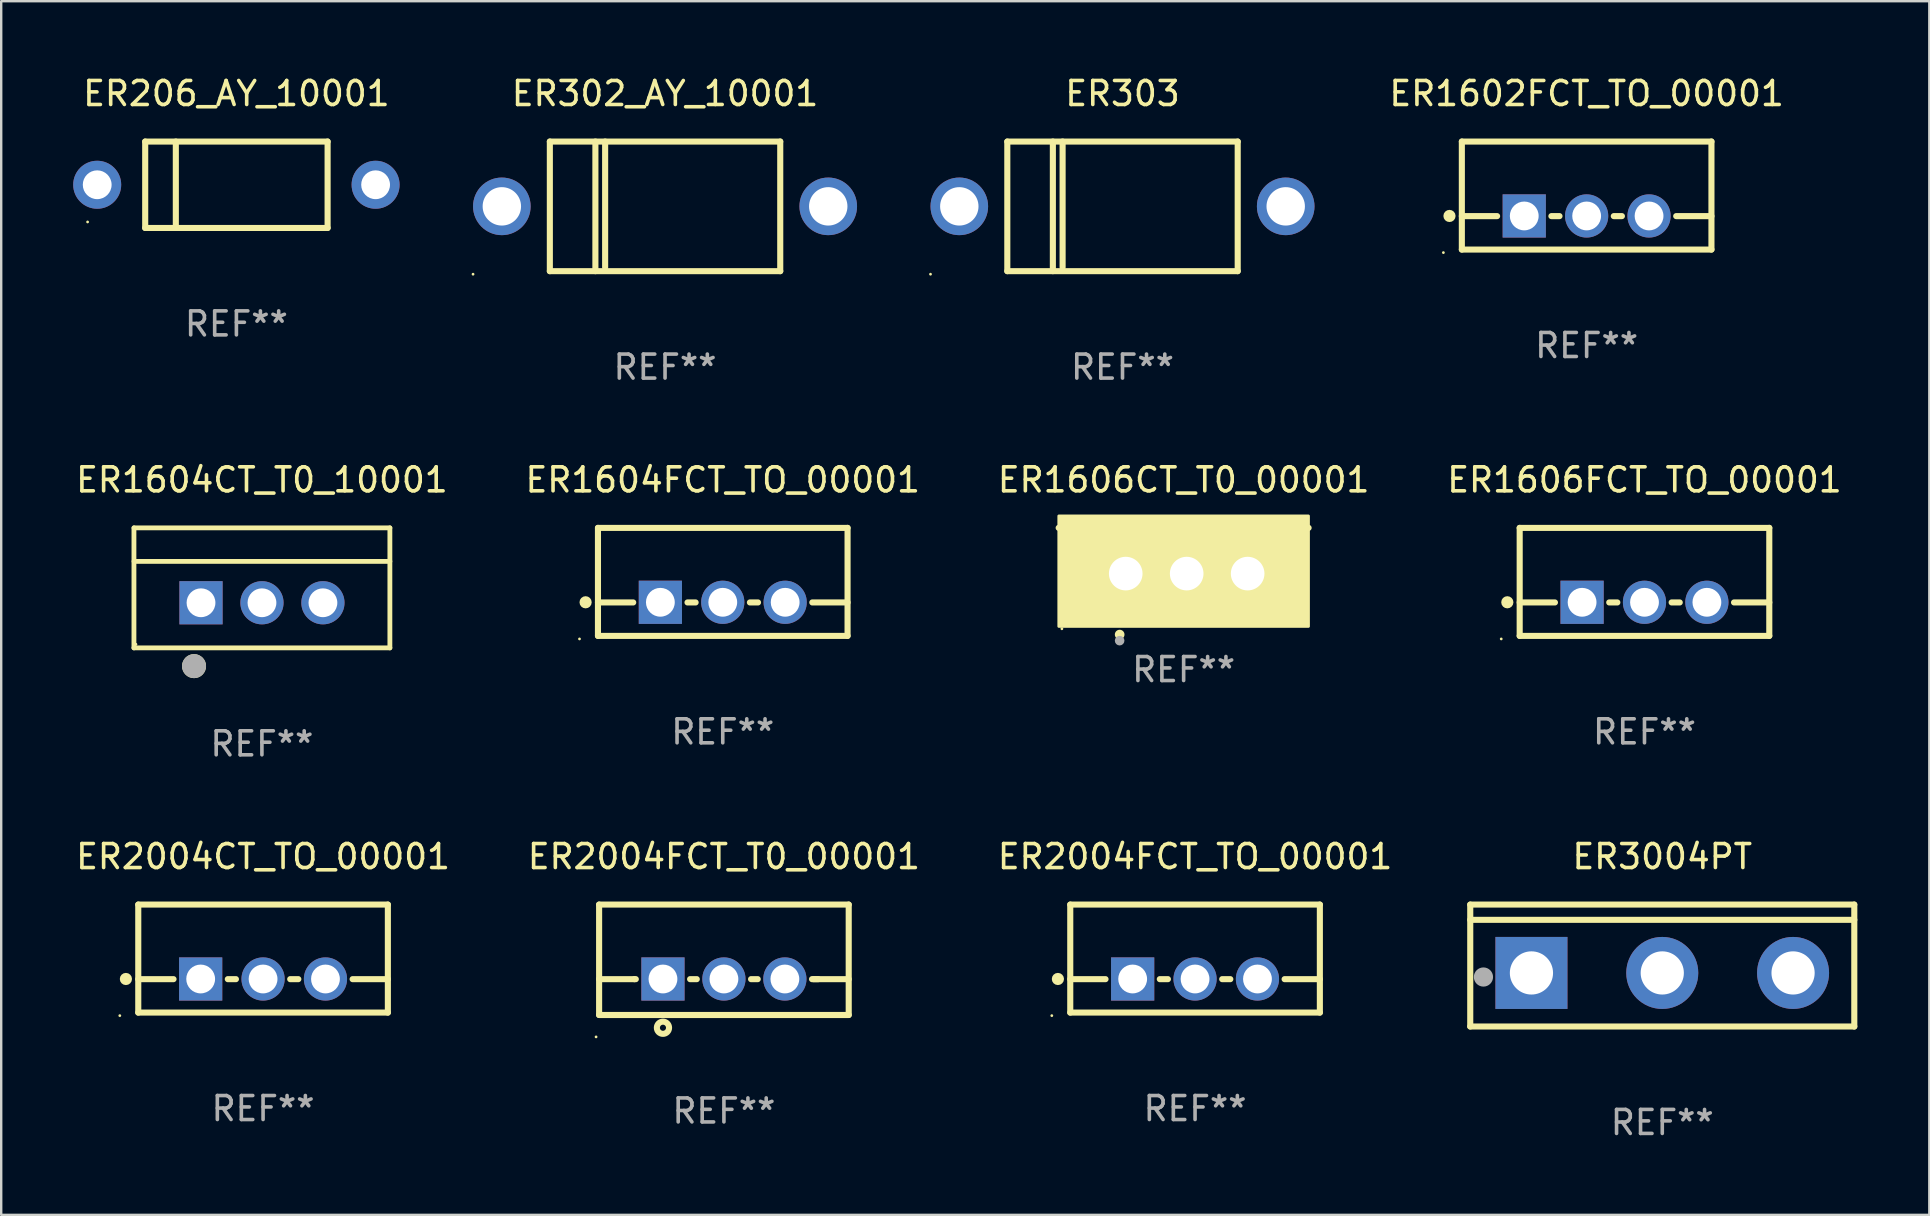
<source format=kicad_pcb>
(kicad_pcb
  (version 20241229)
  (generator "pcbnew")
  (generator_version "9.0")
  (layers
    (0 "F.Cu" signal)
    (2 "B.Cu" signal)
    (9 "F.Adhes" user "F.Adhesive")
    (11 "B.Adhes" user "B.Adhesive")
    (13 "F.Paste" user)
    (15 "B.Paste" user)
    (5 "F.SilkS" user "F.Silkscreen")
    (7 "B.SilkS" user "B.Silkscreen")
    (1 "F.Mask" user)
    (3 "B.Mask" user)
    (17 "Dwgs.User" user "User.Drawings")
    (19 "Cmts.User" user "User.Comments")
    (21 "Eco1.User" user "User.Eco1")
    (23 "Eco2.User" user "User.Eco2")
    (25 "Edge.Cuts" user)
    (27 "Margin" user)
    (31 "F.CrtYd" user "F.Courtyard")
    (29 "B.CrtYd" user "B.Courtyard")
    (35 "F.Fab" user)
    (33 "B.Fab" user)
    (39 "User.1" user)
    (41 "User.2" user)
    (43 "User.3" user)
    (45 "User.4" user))
  (footprint "ER302_AY_10001"
    (layer "F.Cu")
    (at 24.66 5.548)
    (property "Reference" "ER302_AY_10001" (at 0 -4.7 0) (layer "F.SilkS") (effects (font (size 1 1) (thickness 0.15))))
    (attr through_hole)
    (fp_line (start -4.8 -2.7) (end -4.8 2.7) (stroke (width 0.254) (type solid)) (layer "F.SilkS"))
    (fp_line (start -4.8 -2.7) (end 4.8 -2.7) (stroke (width 0.254) (type solid)) (layer "F.SilkS"))
    (fp_line (start -2.902 -2.7) (end -2.902 2.7) (stroke (width 0.254) (type solid)) (layer "F.SilkS"))
    (fp_line (start -2.496 -2.7) (end -2.496 2.54) (stroke (width 0.254) (type solid)) (layer "F.SilkS"))
    (fp_line (start 4.8 -2.7) (end 4.8 2.7) (stroke (width 0.254) (type solid)) (layer "F.SilkS"))
    (fp_line (start 4.8 2.7) (end -4.8 2.7) (stroke (width 0.254) (type solid)) (layer "F.SilkS"))
    (fp_circle (center -8 2.827) (end -7.97 2.827) (stroke (width 0.06) (type solid)) (fill no) (layer "F.SilkS"))
    (fp_text user "REF**" (at 0 6.7 0) (layer "F.Fab") (effects (font (size 1 1) (thickness 0.15))))
    (pad "1" thru_hole circle (at -6.8 0) (size 2.4 2.4) (drill 1.6) (layers "*.Cu" "*.Mask"))
    (pad "2" thru_hole circle (at 6.8 0) (size 2.4 2.4) (drill 1.6) (layers "*.Cu" "*.Mask")))
  (footprint "ER1604CT_T0_10001"
    (layer "F.Cu")
    (at 7.863 21.445)
    (property "Reference" "ER1604CT_T0_10001" (at 0 -4.5 0) (layer "F.SilkS") (effects (font (size 1 1) (thickness 0.15))))
    (attr through_hole)
    (fp_line (start -5.332 2.5) (end -5.332 -2.5) (stroke (width 0.201) (type solid)) (layer "F.SilkS"))
    (fp_line (start -5.328 -2.5) (end 5.332 -2.5) (stroke (width 0.201) (type solid)) (layer "F.SilkS"))
    (fp_line (start -5.328 -1.104) (end 5.332 -1.104) (stroke (width 0.201) (type solid)) (layer "F.SilkS"))
    (fp_line (start 5.332 -2.5) (end 5.332 2.5) (stroke (width 0.201) (type solid)) (layer "F.SilkS"))
    (fp_line (start 5.332 2.5) (end -5.332 2.5) (stroke (width 0.201) (type solid)) (layer "F.SilkS"))
    (fp_circle (center -5.248 2.35) (end -5.218 2.35) (stroke (width 0.06) (type solid)) (fill no) (layer "F.SilkS"))
    (fp_circle (center -2.828 3.26) (end -2.578 3.26) (stroke (width 0.5) (type solid)) (fill no) (layer "F.SilkS"))
    (fp_circle (center -2.828 3.26) (end -2.578 3.26) (stroke (width 0.5) (type solid)) (fill no) (layer "F.Fab"))
    (fp_text user "REF**" (at 0 6.5 0) (layer "F.Fab") (effects (font (size 1 1) (thickness 0.15))))
    (pad "1" thru_hole rect (at -2.538 0.62) (size 1.8 1.8) (drill 1.2) (layers "*.Cu" "*.Mask"))
    (pad "2" thru_hole circle (at 0.002 0.62) (size 1.8 1.8) (drill 1.2) (layers "*.Cu" "*.Mask"))
    (pad "3" thru_hole circle (at 2.542 0.62) (size 1.8 1.8) (drill 1.2) (layers "*.Cu" "*.Mask")))
  (footprint "ER2004CT_TO_00001"
    (layer "F.Cu")
    (at 7.911 36.891)
    (property "Reference" "ER2004CT_TO_00001" (at 0 -4.25 0) (layer "F.SilkS") (effects (font (size 1 1) (thickness 0.15))))
    (attr through_hole)
    (fp_line (start -5.2 -2.25) (end -5.2 2.25) (stroke (width 0.254) (type solid)) (layer "F.SilkS"))
    (fp_line (start -5.2 -2.25) (end 5.2 -2.25) (stroke (width 0.254) (type solid)) (layer "F.SilkS"))
    (fp_line (start -5.2 0.857) (end -3.731 0.857) (stroke (width 0.254) (type solid)) (layer "F.SilkS"))
    (fp_line (start -5.2 2.25) (end 5.2 2.25) (stroke (width 0.254) (type solid)) (layer "F.SilkS"))
    (fp_line (start -1.469 0.857) (end -1.131 0.857) (stroke (width 0.254) (type solid)) (layer "F.SilkS"))
    (fp_line (start 1.131 0.857) (end 1.469 0.857) (stroke (width 0.254) (type solid)) (layer "F.SilkS"))
    (fp_line (start 3.731 0.857) (end 5.2 0.857) (stroke (width 0.254) (type solid)) (layer "F.SilkS"))
    (fp_line (start 5.2 -2.25) (end 5.2 2.25) (stroke (width 0.254) (type solid)) (layer "F.SilkS"))
    (fp_circle (center -5.969 2.377) (end -5.939 2.377) (stroke (width 0.06) (type solid)) (fill no) (layer "F.SilkS"))
    (fp_circle (center -5.715 0.85) (end -5.588 0.85) (stroke (width 0.254) (type solid)) (fill no) (layer "F.SilkS"))
    (fp_text user "REF**" (at 0 6.25 0) (layer "F.Fab") (effects (font (size 1 1) (thickness 0.15))))
    (pad "1" thru_hole rect (at -2.6 0.85) (size 1.8 1.8) (drill 1.2) (layers "*.Cu" "*.Mask"))
    (pad "2" thru_hole circle (at 0 0.85) (size 1.8 1.8) (drill 1.2) (layers "*.Cu" "*.Mask"))
    (pad "3" thru_hole circle (at 2.6 0.85) (size 1.8 1.8) (drill 1.2) (layers "*.Cu" "*.Mask")))
  (footprint "ER2004FCT_TO_00001"
    (layer "F.Cu")
    (at 46.744 36.891)
    (property "Reference" "ER2004FCT_TO_00001" (at 0 -4.25 0) (layer "F.SilkS") (effects (font (size 1 1) (thickness 0.15))))
    (attr through_hole)
    (fp_line (start -5.2 -2.25) (end -5.2 2.25) (stroke (width 0.254) (type solid)) (layer "F.SilkS"))
    (fp_line (start -5.2 -2.25) (end 5.2 -2.25) (stroke (width 0.254) (type solid)) (layer "F.SilkS"))
    (fp_line (start -5.2 0.857) (end -3.731 0.857) (stroke (width 0.254) (type solid)) (layer "F.SilkS"))
    (fp_line (start -5.2 2.25) (end 5.2 2.25) (stroke (width 0.254) (type solid)) (layer "F.SilkS"))
    (fp_line (start -1.469 0.857) (end -1.131 0.857) (stroke (width 0.254) (type solid)) (layer "F.SilkS"))
    (fp_line (start 1.131 0.857) (end 1.469 0.857) (stroke (width 0.254) (type solid)) (layer "F.SilkS"))
    (fp_line (start 3.731 0.857) (end 5.2 0.857) (stroke (width 0.254) (type solid)) (layer "F.SilkS"))
    (fp_line (start 5.2 -2.25) (end 5.2 2.25) (stroke (width 0.254) (type solid)) (layer "F.SilkS"))
    (fp_circle (center -5.969 2.377) (end -5.939 2.377) (stroke (width 0.06) (type solid)) (fill no) (layer "F.SilkS"))
    (fp_circle (center -5.715 0.85) (end -5.588 0.85) (stroke (width 0.254) (type solid)) (fill no) (layer "F.SilkS"))
    (fp_text user "REF**" (at 0 6.25 0) (layer "F.Fab") (effects (font (size 1 1) (thickness 0.15))))
    (pad "1" thru_hole rect (at -2.6 0.85) (size 1.8 1.8) (drill 1.2) (layers "*.Cu" "*.Mask"))
    (pad "2" thru_hole circle (at 0 0.85) (size 1.8 1.8) (drill 1.2) (layers "*.Cu" "*.Mask"))
    (pad "3" thru_hole circle (at 2.6 0.85) (size 1.8 1.8) (drill 1.2) (layers "*.Cu" "*.Mask")))
  (footprint "ER1606FCT_TO_00001"
    (layer "F.Cu")
    (at 65.47 21.195)
    (property "Reference" "ER1606FCT_TO_00001" (at 0 -4.25 0) (layer "F.SilkS") (effects (font (size 1 1) (thickness 0.15))))
    (attr through_hole)
    (fp_line (start -5.2 -2.25) (end -5.2 2.25) (stroke (width 0.254) (type solid)) (layer "F.SilkS"))
    (fp_line (start -5.2 -2.25) (end 5.2 -2.25) (stroke (width 0.254) (type solid)) (layer "F.SilkS"))
    (fp_line (start -5.2 0.857) (end -3.731 0.857) (stroke (width 0.254) (type solid)) (layer "F.SilkS"))
    (fp_line (start -5.2 2.25) (end 5.2 2.25) (stroke (width 0.254) (type solid)) (layer "F.SilkS"))
    (fp_line (start -1.469 0.857) (end -1.131 0.857) (stroke (width 0.254) (type solid)) (layer "F.SilkS"))
    (fp_line (start 1.131 0.857) (end 1.469 0.857) (stroke (width 0.254) (type solid)) (layer "F.SilkS"))
    (fp_line (start 3.731 0.857) (end 5.2 0.857) (stroke (width 0.254) (type solid)) (layer "F.SilkS"))
    (fp_line (start 5.2 -2.25) (end 5.2 2.25) (stroke (width 0.254) (type solid)) (layer "F.SilkS"))
    (fp_circle (center -5.969 2.377) (end -5.939 2.377) (stroke (width 0.06) (type solid)) (fill no) (layer "F.SilkS"))
    (fp_circle (center -5.715 0.85) (end -5.588 0.85) (stroke (width 0.254) (type solid)) (fill no) (layer "F.SilkS"))
    (fp_text user "REF**" (at 0 6.25 0) (layer "F.Fab") (effects (font (size 1 1) (thickness 0.15))))
    (pad "1" thru_hole rect (at -2.6 0.85) (size 1.8 1.8) (drill 1.2) (layers "*.Cu" "*.Mask"))
    (pad "2" thru_hole circle (at 0 0.85) (size 1.8 1.8) (drill 1.2) (layers "*.Cu" "*.Mask"))
    (pad "3" thru_hole circle (at 2.6 0.85) (size 1.8 1.8) (drill 1.2) (layers "*.Cu" "*.Mask")))
  (footprint "ER303"
    (layer "F.Cu")
    (at 43.721 5.548)
    (property "Reference" "ER303" (at 0 -4.7 0) (layer "F.SilkS") (effects (font (size 1 1) (thickness 0.15))))
    (attr through_hole)
    (fp_line (start -4.8 -2.7) (end -4.8 2.7) (stroke (width 0.254) (type solid)) (layer "F.SilkS"))
    (fp_line (start -4.8 -2.7) (end 4.8 -2.7) (stroke (width 0.254) (type solid)) (layer "F.SilkS"))
    (fp_line (start -2.902 -2.7) (end -2.902 2.7) (stroke (width 0.254) (type solid)) (layer "F.SilkS"))
    (fp_line (start -2.496 -2.7) (end -2.496 2.54) (stroke (width 0.254) (type solid)) (layer "F.SilkS"))
    (fp_line (start 4.8 -2.7) (end 4.8 2.7) (stroke (width 0.254) (type solid)) (layer "F.SilkS"))
    (fp_line (start 4.8 2.7) (end -4.8 2.7) (stroke (width 0.254) (type solid)) (layer "F.SilkS"))
    (fp_circle (center -8 2.827) (end -7.97 2.827) (stroke (width 0.06) (type solid)) (fill no) (layer "F.SilkS"))
    (fp_text user "REF**" (at 0 6.7 0) (layer "F.Fab") (effects (font (size 1 1) (thickness 0.15))))
    (pad "1" thru_hole circle (at -6.8 0) (size 2.4 2.4) (drill 1.6) (layers "*.Cu" "*.Mask"))
    (pad "2" thru_hole circle (at 6.8 0) (size 2.4 2.4) (drill 1.6) (layers "*.Cu" "*.Mask")))
  (footprint "ER1606CT_T0_00001"
    (layer "F.Cu")
    (at 46.268 19.897)
    (property "Reference" "ER1606CT_T0_00001" (at 0 -2.953 0) (layer "F.SilkS") (effects (font (size 1 1) (thickness 0.15))))
    (attr through_hole)
    (fp_line (start 5.207 -0.953) (end -5.207 -0.953) (stroke (width 0.254) (type solid)) (layer "F.SilkS"))
    (fp_arc (start -2.66698 3.49252) (mid -2.66571 3.492516) (end -2.66444 3.49252) (stroke (width 0.4) (type solid)) (layer "F.SilkS"))
    (fp_circle (center -5.073 3.252) (end -5.043 3.252) (stroke (width 0.06) (type solid)) (fill no) (layer "F.SilkS"))
    (fp_poly (pts (xy -5.2 -1.448) (xy 5.2 -1.448) (xy 5.2 3.152) (xy -5.2 3.152)) (stroke (width 0.12) (type solid)) (fill yes) (layer "F.SilkS"))
    (fp_circle (center -2.667 3.747) (end -2.567 3.747) (stroke (width 0.2) (type solid)) (fill no) (layer "F.Fab"))
    (fp_text user "REF**" (at 0 4.953 0) (layer "F.Fab") (effects (font (size 1 1) (thickness 0.15))))
    (pad "1" thru_hole rect (at -2.413 0.953) (size 2 2.5) (drill 1.4) (layers "*.Cu" "*.Mask"))
    (pad "2" thru_hole oval (at 0.127 0.953) (size 2 2.5) (drill 1.4) (layers "*.Cu" "*.Mask"))
    (pad "3" thru_hole oval (at 2.667 0.953) (size 2 2.5) (drill 1.4) (layers "*.Cu" "*.Mask")))
  (footprint "ER1602FCT_TO_00001"
    (layer "F.Cu")
    (at 63.06 5.098)
    (property "Reference" "ER1602FCT_TO_00001" (at 0 -4.25 0) (layer "F.SilkS") (effects (font (size 1 1) (thickness 0.15))))
    (attr through_hole)
    (fp_line (start -5.2 -2.25) (end -5.2 2.25) (stroke (width 0.254) (type solid)) (layer "F.SilkS"))
    (fp_line (start -5.2 -2.25) (end 5.2 -2.25) (stroke (width 0.254) (type solid)) (layer "F.SilkS"))
    (fp_line (start -5.2 0.857) (end -3.731 0.857) (stroke (width 0.254) (type solid)) (layer "F.SilkS"))
    (fp_line (start -5.2 2.25) (end 5.2 2.25) (stroke (width 0.254) (type solid)) (layer "F.SilkS"))
    (fp_line (start -1.469 0.857) (end -1.131 0.857) (stroke (width 0.254) (type solid)) (layer "F.SilkS"))
    (fp_line (start 1.131 0.857) (end 1.469 0.857) (stroke (width 0.254) (type solid)) (layer "F.SilkS"))
    (fp_line (start 3.731 0.857) (end 5.2 0.857) (stroke (width 0.254) (type solid)) (layer "F.SilkS"))
    (fp_line (start 5.2 -2.25) (end 5.2 2.25) (stroke (width 0.254) (type solid)) (layer "F.SilkS"))
    (fp_circle (center -5.969 2.377) (end -5.939 2.377) (stroke (width 0.06) (type solid)) (fill no) (layer "F.SilkS"))
    (fp_circle (center -5.715 0.85) (end -5.588 0.85) (stroke (width 0.254) (type solid)) (fill no) (layer "F.SilkS"))
    (fp_text user "REF**" (at 0 6.25 0) (layer "F.Fab") (effects (font (size 1 1) (thickness 0.15))))
    (pad "1" thru_hole rect (at -2.6 0.85) (size 1.8 1.8) (drill 1.2) (layers "*.Cu" "*.Mask"))
    (pad "2" thru_hole circle (at 0 0.85) (size 1.8 1.8) (drill 1.2) (layers "*.Cu" "*.Mask"))
    (pad "3" thru_hole circle (at 2.6 0.85) (size 1.8 1.8) (drill 1.2) (layers "*.Cu" "*.Mask")))
  (footprint "ER2004FCT_T0_00001"
    (layer "F.Cu")
    (at 27.113 36.941)
    (property "Reference" "ER2004FCT_T0_00001" (at 0 -4.3 0) (layer "F.SilkS") (effects (font (size 1 1) (thickness 0.15))))
    (attr through_hole)
    (fp_line (start -5.2 -2.3) (end -5.2 2.3) (stroke (width 0.254) (type solid)) (layer "F.SilkS"))
    (fp_line (start -5.2 -2.3) (end 5.2 -2.3) (stroke (width 0.254) (type solid)) (layer "F.SilkS"))
    (fp_line (start -5.2 0.807) (end -3.731 0.807) (stroke (width 0.254) (type solid)) (layer "F.SilkS"))
    (fp_line (start -5.2 2.3) (end 5.2 2.3) (stroke (width 0.254) (type solid)) (layer "F.SilkS"))
    (fp_line (start -3.731 0.807) (end -3.671 0.807) (stroke (width 0.254) (type solid)) (layer "F.SilkS"))
    (fp_line (start -1.409 0.807) (end -1.131 0.807) (stroke (width 0.254) (type solid)) (layer "F.SilkS"))
    (fp_line (start 1.131 0.807) (end 1.409 0.807) (stroke (width 0.254) (type solid)) (layer "F.SilkS"))
    (fp_line (start 3.671 0.807) (end 3.926 0.807) (stroke (width 0.254) (type solid)) (layer "F.SilkS"))
    (fp_line (start 3.731 0.807) (end 5.2 0.807) (stroke (width 0.254) (type solid)) (layer "F.SilkS"))
    (fp_line (start 5.2 -2.3) (end 5.2 2.3) (stroke (width 0.254) (type solid)) (layer "F.SilkS"))
    (fp_circle (center -5.327 3.213) (end -5.297 3.213) (stroke (width 0.06) (type solid)) (fill no) (layer "F.SilkS"))
    (fp_circle (center -2.54 2.832) (end -2.286 2.832) (stroke (width 0.254) (type solid)) (fill no) (layer "F.SilkS"))
    (fp_text user "REF**" (at 0 6.3 0) (layer "F.Fab") (effects (font (size 1 1) (thickness 0.15))))
    (pad "1" thru_hole rect (at -2.54 0.8) (size 1.8 1.8) (drill 1.2) (layers "*.Cu" "*.Mask"))
    (pad "2" thru_hole circle (at 0 0.8) (size 1.8 1.8) (drill 1.2) (layers "*.Cu" "*.Mask"))
    (pad "3" thru_hole circle (at 2.54 0.8) (size 1.8 1.8) (drill 1.2) (layers "*.Cu" "*.Mask")))
  (footprint "ER206_AY_10001"
    (layer "F.Cu")
    (at 6.8 4.648)
    (property "Reference" "ER206_AY_10001" (at 0 -3.8 0) (layer "F.SilkS") (effects (font (size 1 1) (thickness 0.15))))
    (attr through_hole)
    (fp_line (start -3.8 -1.8) (end -3.8 1.8) (stroke (width 0.254) (type solid)) (layer "F.SilkS"))
    (fp_line (start -3.8 -1.8) (end 3.8 -1.8) (stroke (width 0.254) (type solid)) (layer "F.SilkS"))
    (fp_line (start -3.8 1.8) (end 3.8 1.8) (stroke (width 0.254) (type solid)) (layer "F.SilkS"))
    (fp_line (start -2.524 -1.8) (end -2.524 1.8) (stroke (width 0.254) (type solid)) (layer "F.SilkS"))
    (fp_line (start 3.8 -1.8) (end 3.8 1.8) (stroke (width 0.254) (type solid)) (layer "F.SilkS"))
    (fp_circle (center -6.2 1.55) (end -6.17 1.55) (stroke (width 0.06) (type solid)) (fill no) (layer "F.SilkS"))
    (fp_text user "REF**" (at 0 5.8 0) (layer "F.Fab") (effects (font (size 1 1) (thickness 0.15))))
    (pad "1" thru_hole circle (at -5.8 0) (size 2 2) (drill 1.2) (layers "*.Cu" "*.Mask"))
    (pad "2" thru_hole circle (at 5.8 0) (size 2 2) (drill 1.2) (layers "*.Cu" "*.Mask")))
  (footprint "ER3004PT"
    (layer "F.Cu")
    (at 66.211 37.181)
    (property "Reference" "ER3004PT" (at 0 -4.54 0) (layer "F.SilkS") (effects (font (size 1 1) (thickness 0.15))))
    (attr through_hole)
    (fp_line (start -8.001 -2.54) (end -8.001 2.54) (stroke (width 0.254) (type solid)) (layer "F.SilkS"))
    (fp_line (start -8.001 -2.54) (end 8 -2.54) (stroke (width 0.254) (type solid)) (layer "F.SilkS"))
    (fp_line (start -8.001 -1.905) (end 8.001 -1.905) (stroke (width 0.254) (type solid)) (layer "F.SilkS"))
    (fp_line (start -8.001 2.54) (end 8.001 2.54) (stroke (width 0.254) (type solid)) (layer "F.SilkS"))
    (fp_line (start 8.001 2.54) (end 8.001 -2.54) (stroke (width 0.254) (type solid)) (layer "F.SilkS"))
    (fp_circle (center -7.881 2.528) (end -7.851 2.528) (stroke (width 0.06) (type solid)) (fill no) (layer "F.SilkS"))
    (fp_circle (center -7.451 0.478) (end -7.251 0.478) (stroke (width 0.4) (type solid)) (fill no) (layer "F.Fab"))
    (fp_text user "REF**" (at 0 6.54 0) (layer "F.Fab") (effects (font (size 1 1) (thickness 0.15))))
    (pad "1" thru_hole rect (at -5.451 0.308) (size 3 3) (drill 1.8) (layers "*.Cu" "*.Mask"))
    (pad "2" thru_hole circle (at -0.000495 0.308) (size 3 3) (drill 1.8) (layers "*.Cu" "*.Mask"))
    (pad "3" thru_hole circle (at 5.45 0.308) (size 3 3) (drill 1.8) (layers "*.Cu" "*.Mask")))
  (footprint "ER1604FCT_TO_00001"
    (layer "F.Cu")
    (at 27.065 21.195)
    (property "Reference" "ER1604FCT_TO_00001" (at 0 -4.25 0) (layer "F.SilkS") (effects (font (size 1 1) (thickness 0.15))))
    (attr through_hole)
    (fp_line (start -5.2 -2.25) (end -5.2 2.25) (stroke (width 0.254) (type solid)) (layer "F.SilkS"))
    (fp_line (start -5.2 -2.25) (end 5.2 -2.25) (stroke (width 0.254) (type solid)) (layer "F.SilkS"))
    (fp_line (start -5.2 0.857) (end -3.731 0.857) (stroke (width 0.254) (type solid)) (layer "F.SilkS"))
    (fp_line (start -5.2 2.25) (end 5.2 2.25) (stroke (width 0.254) (type solid)) (layer "F.SilkS"))
    (fp_line (start -1.469 0.857) (end -1.131 0.857) (stroke (width 0.254) (type solid)) (layer "F.SilkS"))
    (fp_line (start 1.131 0.857) (end 1.469 0.857) (stroke (width 0.254) (type solid)) (layer "F.SilkS"))
    (fp_line (start 3.731 0.857) (end 5.2 0.857) (stroke (width 0.254) (type solid)) (layer "F.SilkS"))
    (fp_line (start 5.2 -2.25) (end 5.2 2.25) (stroke (width 0.254) (type solid)) (layer "F.SilkS"))
    (fp_circle (center -5.969 2.377) (end -5.939 2.377) (stroke (width 0.06) (type solid)) (fill no) (layer "F.SilkS"))
    (fp_circle (center -5.715 0.85) (end -5.588 0.85) (stroke (width 0.254) (type solid)) (fill no) (layer "F.SilkS"))
    (fp_text user "REF**" (at 0 6.25 0) (layer "F.Fab") (effects (font (size 1 1) (thickness 0.15))))
    (pad "1" thru_hole rect (at -2.6 0.85) (size 1.8 1.8) (drill 1.2) (layers "*.Cu" "*.Mask"))
    (pad "2" thru_hole circle (at 0 0.85) (size 1.8 1.8) (drill 1.2) (layers "*.Cu" "*.Mask"))
    (pad "3" thru_hole circle (at 2.6 0.85) (size 1.8 1.8) (drill 1.2) (layers "*.Cu" "*.Mask")))
  (gr_rect
    (start -3 -3)
    (end 77.338 47.57)
    (stroke (width 0.1) (type default))
    (fill no)
    (layer "Edge.Cuts")))
</source>
